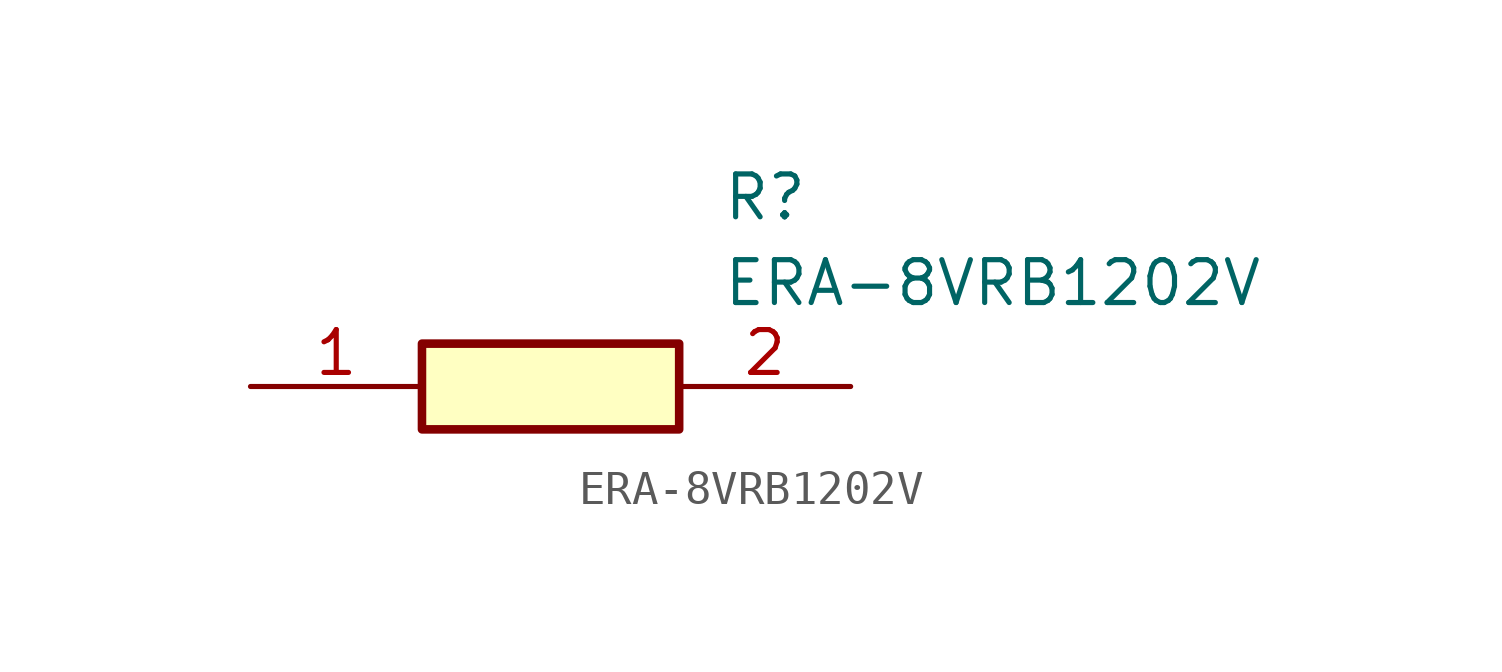
<source format=kicad_sym>
(kicad_symbol_lib
  (version 20211014)
  (generator SamacSys_ECAD_Model)
  (symbol "ERA-8VRB1202V"
    (pin_names hide)
    (property "Reference" "R"
      (at 13.97 6.35 0)
      (effects (font (size 1.27 1.27)) (justify left top)))
    (property "Value" "ERA-8VRB1202V"
      (at 13.97 3.81 0)
      (effects (font (size 1.27 1.27)) (justify left top)))
    (rectangle
      (start 5.08 1.27)
      (end 12.7 -1.27)
      (stroke (width 0.254) (type default))
      (fill (type background)))
    (pin passive line
      (at 0 0 0)
      (length 5.08)
      (name "1" (effects (font (size 1.27 1.27))))
      (number "1" (effects (font (size 1.27 1.27)))))
    (pin passive line
      (at 17.78 0 180)
      (length 5.08)
      (name "2" (effects (font (size 1.27 1.27))))
      (number "2" (effects (font (size 1.27 1.27)))))))
</source>
